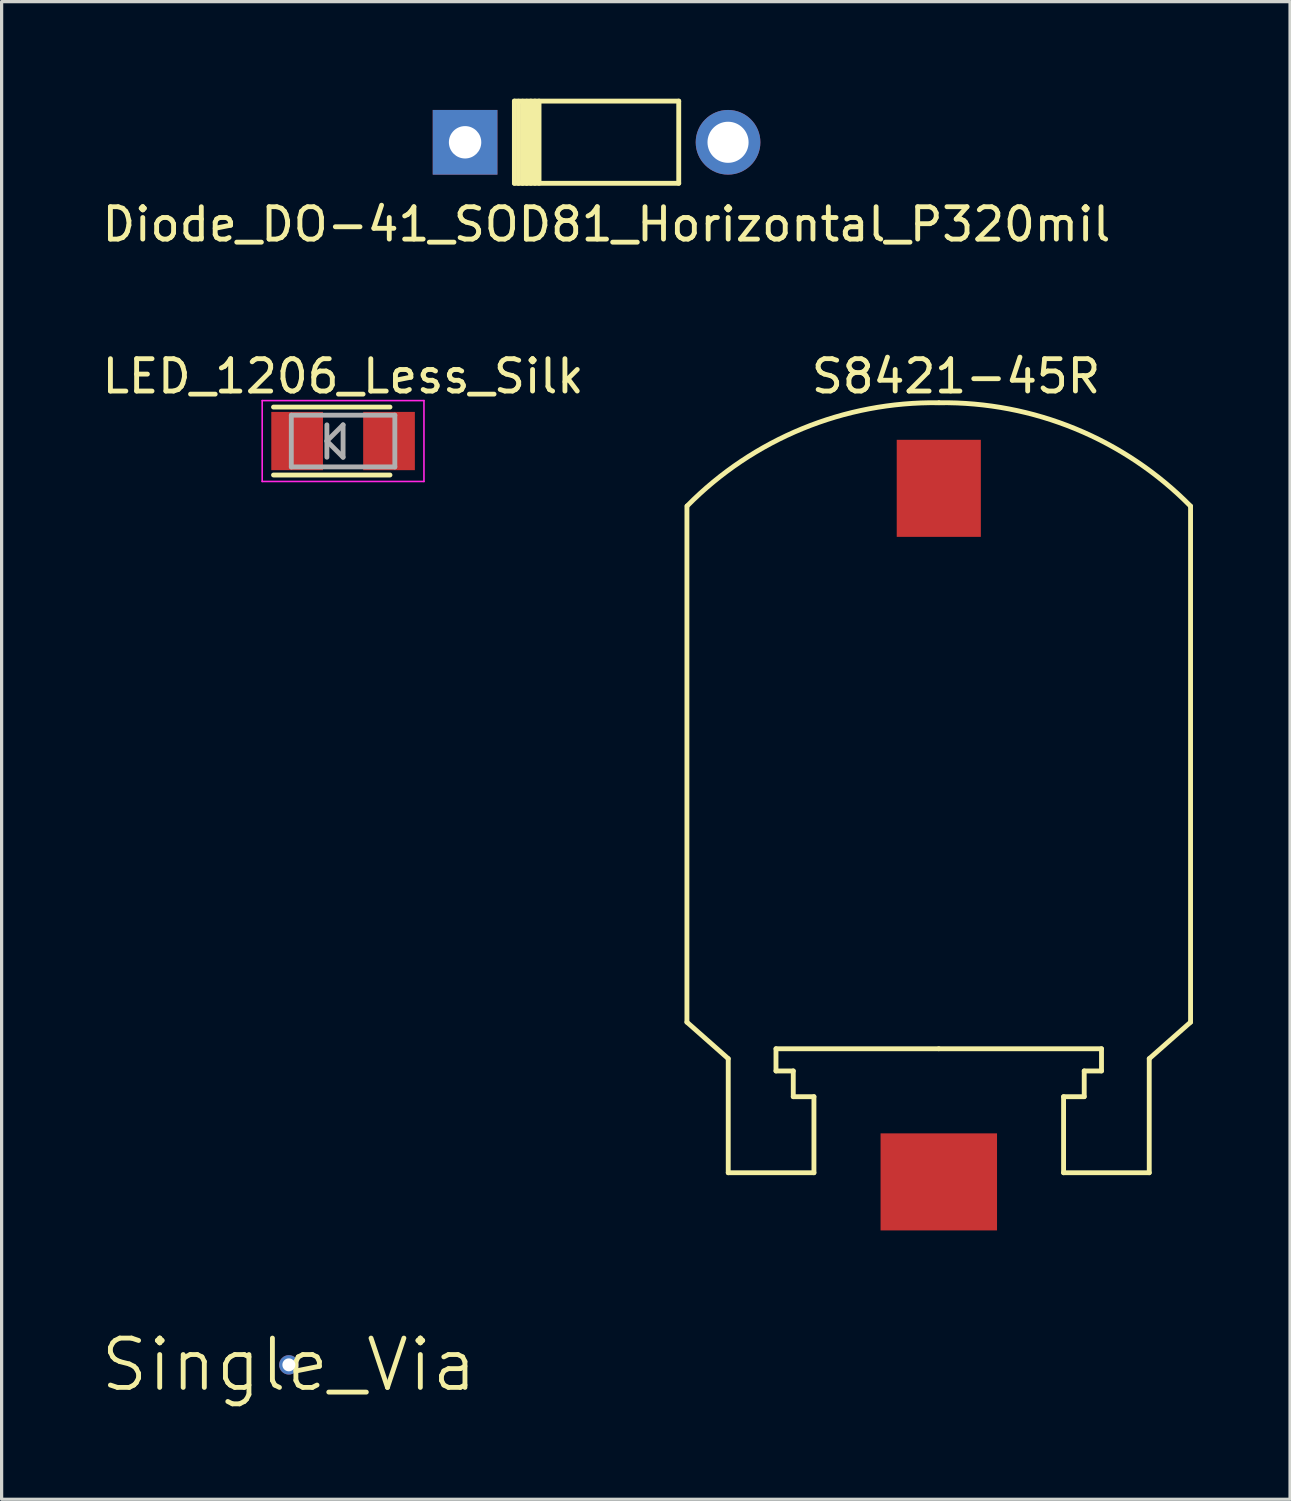
<source format=kicad_pcb>
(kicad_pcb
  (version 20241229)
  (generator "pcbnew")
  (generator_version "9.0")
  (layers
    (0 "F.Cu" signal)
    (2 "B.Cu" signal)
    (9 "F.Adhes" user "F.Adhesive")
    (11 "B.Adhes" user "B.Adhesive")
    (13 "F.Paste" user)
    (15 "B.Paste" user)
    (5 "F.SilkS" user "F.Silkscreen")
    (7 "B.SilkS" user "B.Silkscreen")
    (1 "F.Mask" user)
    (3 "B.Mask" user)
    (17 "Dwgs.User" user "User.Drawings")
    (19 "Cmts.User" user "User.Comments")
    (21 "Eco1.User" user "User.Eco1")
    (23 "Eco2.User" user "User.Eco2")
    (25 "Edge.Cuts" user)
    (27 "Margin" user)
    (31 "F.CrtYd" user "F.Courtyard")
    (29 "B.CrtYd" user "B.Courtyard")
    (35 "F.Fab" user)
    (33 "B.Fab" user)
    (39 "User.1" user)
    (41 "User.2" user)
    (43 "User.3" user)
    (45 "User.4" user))
  (footprint "Diode_DO-41_SOD81_Horizontal_P320mil"
    (layer "F.Cu")
    (at 10.309 1.348)
    (property "Reference" "Diode_DO-41_SOD81_Horizontal_P320mil" (at 5.387 2.537 0) (layer "F.SilkS") (effects (font (size 1 1) (thickness 0.15))))
    (attr through_hole)
    (fp_line (start 2.54 -1.273) (end 7.62 -1.273) (stroke (width 0.15) (type solid)) (layer "F.SilkS"))
    (fp_line (start 2.54 1.267) (end 2.54 -1.273) (stroke (width 0.15) (type solid)) (layer "F.SilkS"))
    (fp_line (start 2.667 -1.27) (end 2.667 1.27) (stroke (width 0.15) (type solid)) (layer "F.SilkS"))
    (fp_line (start 2.794 -1.27) (end 2.794 1.27) (stroke (width 0.15) (type solid)) (layer "F.SilkS"))
    (fp_line (start 2.921 -1.27) (end 2.921 1.27) (stroke (width 0.15) (type solid)) (layer "F.SilkS"))
    (fp_line (start 3.048 -1.273) (end 3.048 1.267) (stroke (width 0.15) (type solid)) (layer "F.SilkS"))
    (fp_line (start 3.175 -1.273) (end 3.175 1.267) (stroke (width 0.15) (type solid)) (layer "F.SilkS"))
    (fp_line (start 3.302 -1.273) (end 3.302 1.267) (stroke (width 0.15) (type solid)) (layer "F.SilkS"))
    (fp_line (start 7.62 -1.273) (end 7.62 1.267) (stroke (width 0.15) (type solid)) (layer "F.SilkS"))
    (fp_line (start 7.62 1.267) (end 2.54 1.267) (stroke (width 0.15) (type solid)) (layer "F.SilkS"))
    (pad "1" thru_hole rect (at 1.016 0 180) (size 1.999 1.999) (drill 1.001) (layers "*.Cu" "*.Mask"))
    (pad "2" thru_hole circle (at 9.144 0 180) (size 1.999 1.999) (drill 1.27) (layers "*.Cu" "*.Mask")))
  (footprint "Single_Via"
    (layer "F.Cu")
    (at 5.878 39.136)
    (property "Reference" "Single_Via" (at 0 0 0) (layer "F.SilkS") (effects (font (size 1.524 1.524) (thickness 0.15))))
    (attr through_hole)
    (pad "1" thru_hole circle (at 0 0) (size 0.6 0.6) (drill 0.4) (layers "*.Cu")))
  (footprint "LED_1206_Less_Silk"
    (layer "F.Cu")
    (at 7.554 10.582)
    (property "Reference" "LED_1206_Less_Silk" (at 0 -2 0) (layer "F.SilkS") (effects (font (size 1 1) (thickness 0.15))))
    (attr smd)
    (fp_line (start -2.15 -1.05) (end 1.45 -1.05) (stroke (width 0.15) (type solid)) (layer "F.SilkS"))
    (fp_line (start -2.15 1.05) (end 1.45 1.05) (stroke (width 0.15) (type solid)) (layer "F.SilkS"))
    (fp_line (start -2.5 -1.25) (end -2.5 1.25) (stroke (width 0.05) (type solid)) (layer "F.CrtYd"))
    (fp_line (start -2.5 1.25) (end 2.5 1.25) (stroke (width 0.05) (type solid)) (layer "F.CrtYd"))
    (fp_line (start 2.5 -1.25) (end -2.5 -1.25) (stroke (width 0.05) (type solid)) (layer "F.CrtYd"))
    (fp_line (start 2.5 1.25) (end 2.5 -1.25) (stroke (width 0.05) (type solid)) (layer "F.CrtYd"))
    (fp_line (start -1.6 -0.8) (end 1.6 -0.8) (stroke (width 0.15) (type solid)) (layer "F.Fab"))
    (fp_line (start -1.6 0.8) (end -1.6 -0.8) (stroke (width 0.15) (type solid)) (layer "F.Fab"))
    (fp_line (start -0.5 -0.5) (end -0.5 0.5) (stroke (width 0.15) (type solid)) (layer "F.Fab"))
    (fp_line (start -0.5 0) (end 0 -0.5) (stroke (width 0.15) (type solid)) (layer "F.Fab"))
    (fp_line (start 0 -0.5) (end 0 0.5) (stroke (width 0.15) (type solid)) (layer "F.Fab"))
    (fp_line (start 0 0.5) (end -0.5 0) (stroke (width 0.15) (type solid)) (layer "F.Fab"))
    (fp_line (start 1.6 -0.8) (end 1.6 0.8) (stroke (width 0.15) (type solid)) (layer "F.Fab"))
    (fp_line (start 1.6 0.8) (end -1.6 0.8) (stroke (width 0.15) (type solid)) (layer "F.Fab"))
    (pad "1" smd rect (at -1.42 0 180) (size 1.598 1.801) (layers "F.Cu" "F.Mask" "F.Paste"))
    (pad "2" smd rect (at 1.42 0 180) (size 1.598 1.801) (layers "F.Cu" "F.Mask" "F.Paste")))
  (footprint "S8421-45R"
    (layer "F.Cu")
    (at 25.967 20.683)
    (property "Reference" "S8421-45R" (at 0.533 -12.102 0) (layer "F.SilkS") (effects (font (size 1 1) (thickness 0.15))))
    (attr through_hole)
    (fp_line (start -7.785 7.861) (end -7.785 -8.088) (stroke (width 0.15) (type solid)) (layer "F.SilkS"))
    (fp_line (start -6.508 8.989) (end -7.785 7.861) (stroke (width 0.15) (type solid)) (layer "F.SilkS"))
    (fp_line (start -6.508 12.515) (end -6.508 8.989) (stroke (width 0.15) (type solid)) (layer "F.SilkS"))
    (fp_line (start -5.032 8.683) (end -5.032 9.369) (stroke (width 0.15) (type solid)) (layer "F.SilkS"))
    (fp_line (start -5.032 9.369) (end -4.498 9.369) (stroke (width 0.15) (type solid)) (layer "F.SilkS"))
    (fp_line (start -4.498 9.369) (end -4.498 10.164) (stroke (width 0.15) (type solid)) (layer "F.SilkS"))
    (fp_line (start -4.498 10.164) (end -3.859 10.164) (stroke (width 0.15) (type solid)) (layer "F.SilkS"))
    (fp_line (start -3.859 10.164) (end -3.859 12.515) (stroke (width 0.15) (type solid)) (layer "F.SilkS"))
    (fp_line (start -3.859 12.515) (end -6.508 12.515) (stroke (width 0.15) (type solid)) (layer "F.SilkS"))
    (fp_line (start -0.001 8.683) (end -5.032 8.683) (stroke (width 0.15) (type solid)) (layer "F.SilkS"))
    (fp_line (start -0.001 8.683) (end 5.029 8.683) (stroke (width 0.15) (type solid)) (layer "F.SilkS"))
    (fp_line (start 3.857 10.164) (end 3.857 12.515) (stroke (width 0.15) (type solid)) (layer "F.SilkS"))
    (fp_line (start 3.857 12.515) (end 6.505 12.515) (stroke (width 0.15) (type solid)) (layer "F.SilkS"))
    (fp_line (start 4.495 9.369) (end 4.495 10.164) (stroke (width 0.15) (type solid)) (layer "F.SilkS"))
    (fp_line (start 4.495 10.164) (end 3.857 10.164) (stroke (width 0.15) (type solid)) (layer "F.SilkS"))
    (fp_line (start 5.029 8.683) (end 5.029 9.369) (stroke (width 0.15) (type solid)) (layer "F.SilkS"))
    (fp_line (start 5.029 9.369) (end 4.495 9.369) (stroke (width 0.15) (type solid)) (layer "F.SilkS"))
    (fp_line (start 6.505 8.989) (end 7.782 7.861) (stroke (width 0.15) (type solid)) (layer "F.SilkS"))
    (fp_line (start 6.505 12.515) (end 6.505 8.989) (stroke (width 0.15) (type solid)) (layer "F.SilkS"))
    (fp_line (start 7.782 7.861) (end 7.782 -8.088) (stroke (width 0.15) (type solid)) (layer "F.SilkS"))
    (fp_arc (start -7.776032 -8.096879) (mid -4.214346 -10.485079) (end -0.001251 -11.284415) (stroke (width 0.15) (type solid)) (layer "F.SilkS"))
    (fp_arc (start 0.010886 -11.284579) (mid 4.223072 -10.480468) (end 7.782048 -8.088232) (stroke (width 0.15) (type solid)) (layer "F.SilkS"))
    (pad "1" smd rect (at 0 12.798) (size 3.6 3) (layers "F.Cu" "F.Mask" "F.Paste"))
    (pad "2" smd rect (at 0 -8.639) (size 2.6 3) (layers "F.Cu" "F.Mask" "F.Paste")))
  (gr_rect
    (start -3 -3)
    (end 36.824 43.291)
    (stroke (width 0.1) (type default))
    (fill no)
    (layer "Edge.Cuts")))
</source>
